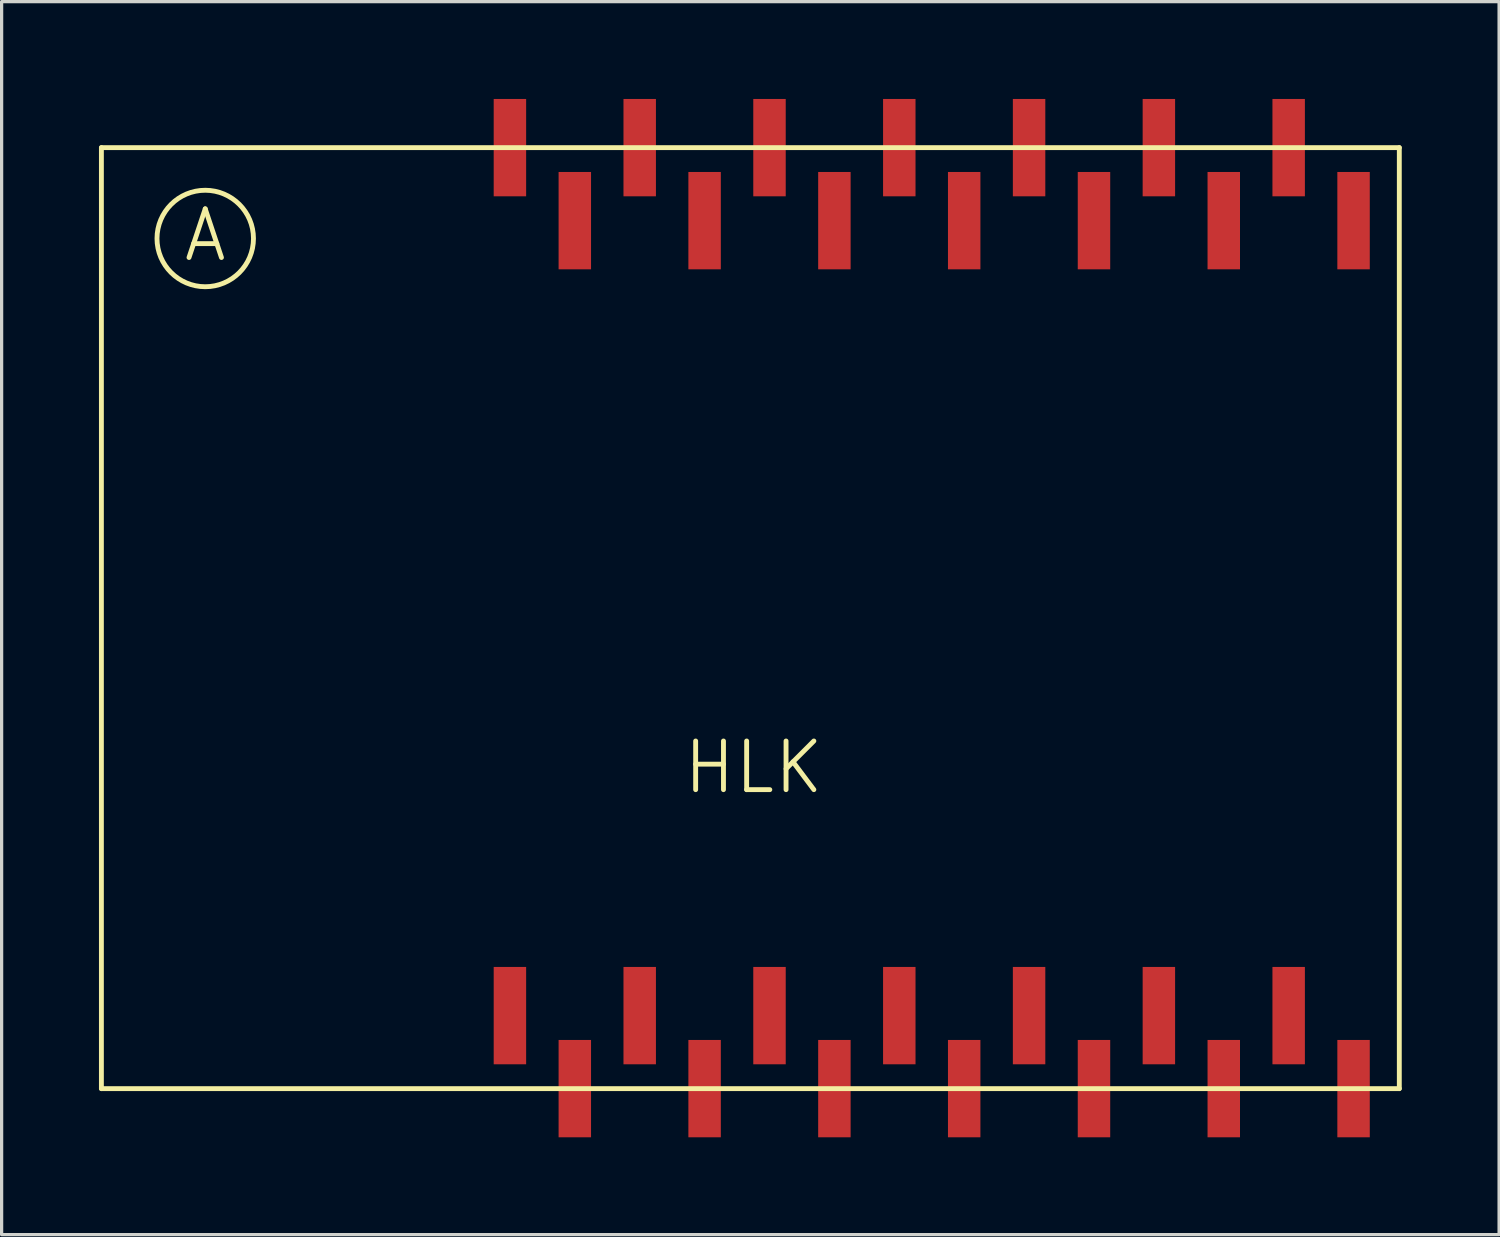
<source format=kicad_pcb>
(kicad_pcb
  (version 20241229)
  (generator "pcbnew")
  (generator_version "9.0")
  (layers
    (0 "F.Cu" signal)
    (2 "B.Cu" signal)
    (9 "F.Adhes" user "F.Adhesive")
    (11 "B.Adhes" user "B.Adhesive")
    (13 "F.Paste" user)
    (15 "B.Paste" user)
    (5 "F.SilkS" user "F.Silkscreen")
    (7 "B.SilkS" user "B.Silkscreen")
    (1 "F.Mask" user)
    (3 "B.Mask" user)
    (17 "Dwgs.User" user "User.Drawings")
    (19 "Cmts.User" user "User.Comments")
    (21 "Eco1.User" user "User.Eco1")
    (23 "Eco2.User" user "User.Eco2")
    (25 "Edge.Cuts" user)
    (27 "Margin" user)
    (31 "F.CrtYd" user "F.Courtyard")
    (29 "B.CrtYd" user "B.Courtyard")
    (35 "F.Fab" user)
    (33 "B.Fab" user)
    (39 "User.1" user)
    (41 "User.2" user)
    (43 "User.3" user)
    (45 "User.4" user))
  (footprint "HLK"
    (layer "F.Cu")
    (at 20.075 16)
    (property "Reference" "HLK" (at 0.1 4.6 0) (layer "F.SilkS") (effects (font (size 1.5 1.5) (thickness 0.15))))
    (attr through_hole)
    (fp_line (start -20 -14.5) (end -20 14.5) (stroke (width 0.15) (type solid)) (layer "F.SilkS"))
    (fp_line (start -20 14.5) (end 20 14.5) (stroke (width 0.15) (type solid)) (layer "F.SilkS"))
    (fp_line (start 20 -14.5) (end -20 -14.5) (stroke (width 0.15) (type solid)) (layer "F.SilkS"))
    (fp_line (start 20 14.5) (end 20 -14.5) (stroke (width 0.15) (type solid)) (layer "F.SilkS"))
    (fp_circle (center -16.8 -11.7) (end -15.8 -12.8) (stroke (width 0.15) (type solid)) (fill no) (layer "F.SilkS"))
    (fp_text user "A" (at -16.8 -11.8 0) (layer "F.SilkS") (effects (font (size 1.5 1.5) (thickness 0.15))))
    (pad "1" smd rect (at -7.41 12.25) (size 1 3) (layers "F.Cu" "F.Mask" "F.Paste"))
    (pad "2" smd rect (at -5.41 14.5) (size 1 3) (layers "F.Cu" "F.Mask" "F.Paste"))
    (pad "3" smd rect (at -3.41 12.25) (size 1 3) (layers "F.Cu" "F.Mask" "F.Paste"))
    (pad "4" smd rect (at -1.41 14.5) (size 1 3) (layers "F.Cu" "F.Mask" "F.Paste"))
    (pad "5" smd rect (at 0.59 12.25) (size 1 3) (layers "F.Cu" "F.Mask" "F.Paste"))
    (pad "6" smd rect (at 2.59 14.5) (size 1 3) (layers "F.Cu" "F.Mask" "F.Paste"))
    (pad "7" smd rect (at 4.59 12.25) (size 1 3) (layers "F.Cu" "F.Mask" "F.Paste"))
    (pad "8" smd rect (at 6.59 14.5) (size 1 3) (layers "F.Cu" "F.Mask" "F.Paste"))
    (pad "9" smd rect (at 8.59 12.25) (size 1 3) (layers "F.Cu" "F.Mask" "F.Paste"))
    (pad "10" smd rect (at 10.59 14.5) (size 1 3) (layers "F.Cu" "F.Mask" "F.Paste"))
    (pad "11" smd rect (at 12.59 12.25) (size 1 3) (layers "F.Cu" "F.Mask" "F.Paste"))
    (pad "12" smd rect (at 14.59 14.5) (size 1 3) (layers "F.Cu" "F.Mask" "F.Paste"))
    (pad "13" smd rect (at 16.59 12.25) (size 1 3) (layers "F.Cu" "F.Mask" "F.Paste"))
    (pad "14" smd rect (at 18.59 14.5) (size 1 3) (layers "F.Cu" "F.Mask" "F.Paste"))
    (pad "15" smd rect (at 18.59 -12.25) (size 1 3) (layers "F.Cu" "F.Mask" "F.Paste"))
    (pad "16" smd rect (at 16.59 -14.5) (size 1 3) (layers "F.Cu" "F.Mask" "F.Paste"))
    (pad "17" smd rect (at 14.59 -12.25) (size 1 3) (layers "F.Cu" "F.Mask" "F.Paste"))
    (pad "18" smd rect (at 12.59 -14.5) (size 1 3) (layers "F.Cu" "F.Mask" "F.Paste"))
    (pad "19" smd rect (at 10.59 -12.25) (size 1 3) (layers "F.Cu" "F.Mask" "F.Paste"))
    (pad "20" smd rect (at 8.59 -14.5) (size 1 3) (layers "F.Cu" "F.Mask" "F.Paste"))
    (pad "21" smd rect (at 6.59 -12.25) (size 1 3) (layers "F.Cu" "F.Mask" "F.Paste"))
    (pad "22" smd rect (at 4.59 -14.5) (size 1 3) (layers "F.Cu" "F.Mask" "F.Paste"))
    (pad "23" smd rect (at 2.59 -12.25) (size 1 3) (layers "F.Cu" "F.Mask" "F.Paste"))
    (pad "24" smd rect (at 0.59 -14.5) (size 1 3) (layers "F.Cu" "F.Mask" "F.Paste"))
    (pad "25" smd rect (at -1.41 -12.25) (size 1 3) (layers "F.Cu" "F.Mask" "F.Paste"))
    (pad "26" smd rect (at -3.41 -14.5) (size 1 3) (layers "F.Cu" "F.Mask" "F.Paste"))
    (pad "27" smd rect (at -5.41 -12.25) (size 1 3) (layers "F.Cu" "F.Mask" "F.Paste"))
    (pad "28" smd rect (at -7.41 -14.5) (size 1 3) (layers "F.Cu" "F.Mask" "F.Paste")))
  (gr_rect
    (start -3 -3)
    (end 43.15 35)
    (stroke (width 0.1) (type default))
    (fill no)
    (layer "Edge.Cuts")))
</source>
